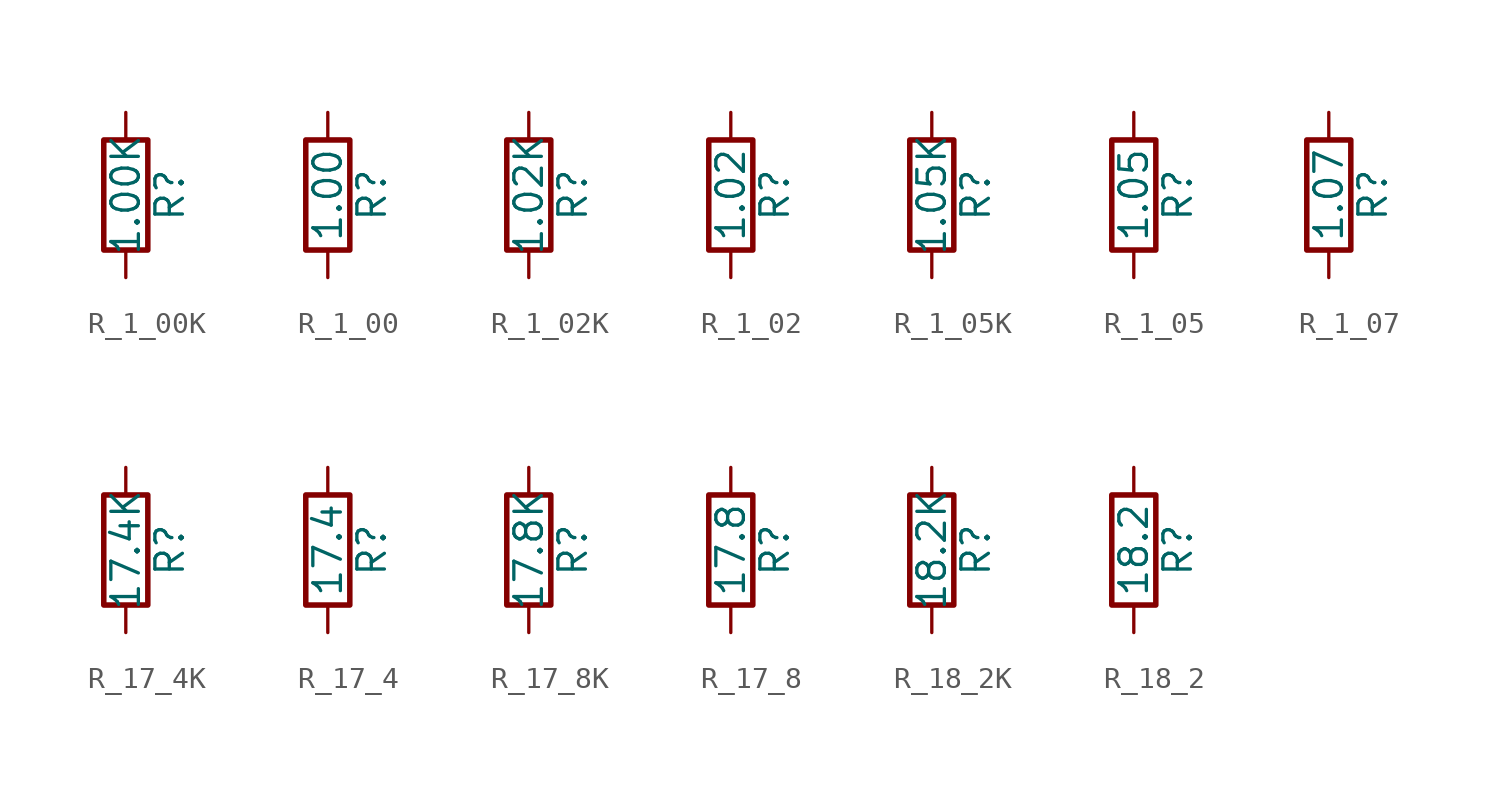
<source format=kicad_sym>
(kicad_symbol_lib
  (version 20211014)
  (generator atlantix-eda)
  (symbol "R_1_00K"
    (pin_numbers hide)
    (pin_names
      (offset 0))
    (property "Reference" "R"
      (at 2.032 0 90)
      (effects (font (size 1.27 1.27))))
    (property "Value" "1.00K"
      (at 0 0 90)
      (effects (font (size 1.27 1.27))))
    (symbol "R_1_00K_0_1"
      (rectangle (start -1.016 -2.54) (end 1.016 2.54) (stroke (width 0.254) (type default) (color 0 0 0 0)) (fill (type none))))
    (symbol "R_1_00K_1_1"
      (pin passive line (at 0 3.81 270) (length 1.27) (name "~" (effects (font (size 1.27 1.27)))) (number "1" (effects (font (size 1.27 1.27)))))
      (pin passive line (at 0 -3.81 90) (length 1.27) (name "~" (effects (font (size 1.27 1.27)))) (number "2" (effects (font (size 1.27 1.27)))))))
  (symbol "R_1_00"
    (pin_numbers hide)
    (pin_names
      (offset 0))
    (property "Reference" "R"
      (at 2.032 0 90)
      (effects (font (size 1.27 1.27))))
    (property "Value" "1.00"
      (at 0 0 90)
      (effects (font (size 1.27 1.27))))
    (symbol "R_1_00_0_1"
      (rectangle (start -1.016 -2.54) (end 1.016 2.54) (stroke (width 0.254) (type default) (color 0 0 0 0)) (fill (type none))))
    (symbol "R_1_00_1_1"
      (pin passive line (at 0 3.81 270) (length 1.27) (name "~" (effects (font (size 1.27 1.27)))) (number "1" (effects (font (size 1.27 1.27)))))
      (pin passive line (at 0 -3.81 90) (length 1.27) (name "~" (effects (font (size 1.27 1.27)))) (number "2" (effects (font (size 1.27 1.27)))))))
  (symbol "R_1_02K"
    (pin_numbers hide)
    (pin_names
      (offset 0))
    (property "Reference" "R"
      (at 2.032 0 90)
      (effects (font (size 1.27 1.27))))
    (property "Value" "1.02K"
      (at 0 0 90)
      (effects (font (size 1.27 1.27))))
    (symbol "R_1_02K_0_1"
      (rectangle (start -1.016 -2.54) (end 1.016 2.54) (stroke (width 0.254) (type default) (color 0 0 0 0)) (fill (type none))))
    (symbol "R_1_02K_1_1"
      (pin passive line (at 0 3.81 270) (length 1.27) (name "~" (effects (font (size 1.27 1.27)))) (number "1" (effects (font (size 1.27 1.27)))))
      (pin passive line (at 0 -3.81 90) (length 1.27) (name "~" (effects (font (size 1.27 1.27)))) (number "2" (effects (font (size 1.27 1.27)))))))
  (symbol "R_1_02"
    (pin_numbers hide)
    (pin_names
      (offset 0))
    (property "Reference" "R"
      (at 2.032 0 90)
      (effects (font (size 1.27 1.27))))
    (property "Value" "1.02"
      (at 0 0 90)
      (effects (font (size 1.27 1.27))))
    (symbol "R_1_02_0_1"
      (rectangle (start -1.016 -2.54) (end 1.016 2.54) (stroke (width 0.254) (type default) (color 0 0 0 0)) (fill (type none))))
    (symbol "R_1_02_1_1"
      (pin passive line (at 0 3.81 270) (length 1.27) (name "~" (effects (font (size 1.27 1.27)))) (number "1" (effects (font (size 1.27 1.27)))))
      (pin passive line (at 0 -3.81 90) (length 1.27) (name "~" (effects (font (size 1.27 1.27)))) (number "2" (effects (font (size 1.27 1.27)))))))
  (symbol "R_1_05K"
    (pin_numbers hide)
    (pin_names
      (offset 0))
    (property "Reference" "R"
      (at 2.032 0 90)
      (effects (font (size 1.27 1.27))))
    (property "Value" "1.05K"
      (at 0 0 90)
      (effects (font (size 1.27 1.27))))
    (symbol "R_1_05K_0_1"
      (rectangle (start -1.016 -2.54) (end 1.016 2.54) (stroke (width 0.254) (type default) (color 0 0 0 0)) (fill (type none))))
    (symbol "R_1_05K_1_1"
      (pin passive line (at 0 3.81 270) (length 1.27) (name "~" (effects (font (size 1.27 1.27)))) (number "1" (effects (font (size 1.27 1.27)))))
      (pin passive line (at 0 -3.81 90) (length 1.27) (name "~" (effects (font (size 1.27 1.27)))) (number "2" (effects (font (size 1.27 1.27)))))))
  (symbol "R_1_05"
    (pin_numbers hide)
    (pin_names
      (offset 0))
    (property "Reference" "R"
      (at 2.032 0 90)
      (effects (font (size 1.27 1.27))))
    (property "Value" "1.05"
      (at 0 0 90)
      (effects (font (size 1.27 1.27))))
    (symbol "R_1_05_0_1"
      (rectangle (start -1.016 -2.54) (end 1.016 2.54) (stroke (width 0.254) (type default) (color 0 0 0 0)) (fill (type none))))
    (symbol "R_1_05_1_1"
      (pin passive line (at 0 3.81 270) (length 1.27) (name "~" (effects (font (size 1.27 1.27)))) (number "1" (effects (font (size 1.27 1.27)))))
      (pin passive line (at 0 -3.81 90) (length 1.27) (name "~" (effects (font (size 1.27 1.27)))) (number "2" (effects (font (size 1.27 1.27)))))))
  (symbol "R_1_07"
    (pin_numbers hide)
    (pin_names
      (offset 0))
    (property "Reference" "R"
      (at 2.032 0 90)
      (effects (font (size 1.27 1.27))))
    (property "Value" "1.07"
      (at 0 0 90)
      (effects (font (size 1.27 1.27))))
    (symbol "R_1_07_0_1"
      (rectangle (start -1.016 -2.54) (end 1.016 2.54) (stroke (width 0.254) (type default) (color 0 0 0 0)) (fill (type none))))
    (symbol "R_1_07_1_1"
      (pin passive line (at 0 3.81 270) (length 1.27) (name "~" (effects (font (size 1.27 1.27)))) (number "1" (effects (font (size 1.27 1.27)))))
      (pin passive line (at 0 -3.81 90) (length 1.27) (name "~" (effects (font (size 1.27 1.27)))) (number "2" (effects (font (size 1.27 1.27)))))))
  (symbol "R_17_4K"
    (pin_numbers hide)
    (pin_names
      (offset 0))
    (property "Reference" "R"
      (at 2.032 0 90)
      (effects (font (size 1.27 1.27))))
    (property "Value" "17.4K"
      (at 0 0 90)
      (effects (font (size 1.27 1.27))))
    (symbol "R_17_4K_0_1"
      (rectangle (start -1.016 -2.54) (end 1.016 2.54) (stroke (width 0.254) (type default) (color 0 0 0 0)) (fill (type none))))
    (symbol "R_17_4K_1_1"
      (pin passive line (at 0 3.81 270) (length 1.27) (name "~" (effects (font (size 1.27 1.27)))) (number "1" (effects (font (size 1.27 1.27)))))
      (pin passive line (at 0 -3.81 90) (length 1.27) (name "~" (effects (font (size 1.27 1.27)))) (number "2" (effects (font (size 1.27 1.27)))))))
  (symbol "R_17_4"
    (pin_numbers hide)
    (pin_names
      (offset 0))
    (property "Reference" "R"
      (at 2.032 0 90)
      (effects (font (size 1.27 1.27))))
    (property "Value" "17.4"
      (at 0 0 90)
      (effects (font (size 1.27 1.27))))
    (symbol "R_17_4_0_1"
      (rectangle (start -1.016 -2.54) (end 1.016 2.54) (stroke (width 0.254) (type default) (color 0 0 0 0)) (fill (type none))))
    (symbol "R_17_4_1_1"
      (pin passive line (at 0 3.81 270) (length 1.27) (name "~" (effects (font (size 1.27 1.27)))) (number "1" (effects (font (size 1.27 1.27)))))
      (pin passive line (at 0 -3.81 90) (length 1.27) (name "~" (effects (font (size 1.27 1.27)))) (number "2" (effects (font (size 1.27 1.27)))))))
  (symbol "R_17_8K"
    (pin_numbers hide)
    (pin_names
      (offset 0))
    (property "Reference" "R"
      (at 2.032 0 90)
      (effects (font (size 1.27 1.27))))
    (property "Value" "17.8K"
      (at 0 0 90)
      (effects (font (size 1.27 1.27))))
    (symbol "R_17_8K_0_1"
      (rectangle (start -1.016 -2.54) (end 1.016 2.54) (stroke (width 0.254) (type default) (color 0 0 0 0)) (fill (type none))))
    (symbol "R_17_8K_1_1"
      (pin passive line (at 0 3.81 270) (length 1.27) (name "~" (effects (font (size 1.27 1.27)))) (number "1" (effects (font (size 1.27 1.27)))))
      (pin passive line (at 0 -3.81 90) (length 1.27) (name "~" (effects (font (size 1.27 1.27)))) (number "2" (effects (font (size 1.27 1.27)))))))
  (symbol "R_17_8"
    (pin_numbers hide)
    (pin_names
      (offset 0))
    (property "Reference" "R"
      (at 2.032 0 90)
      (effects (font (size 1.27 1.27))))
    (property "Value" "17.8"
      (at 0 0 90)
      (effects (font (size 1.27 1.27))))
    (symbol "R_17_8_0_1"
      (rectangle (start -1.016 -2.54) (end 1.016 2.54) (stroke (width 0.254) (type default) (color 0 0 0 0)) (fill (type none))))
    (symbol "R_17_8_1_1"
      (pin passive line (at 0 3.81 270) (length 1.27) (name "~" (effects (font (size 1.27 1.27)))) (number "1" (effects (font (size 1.27 1.27)))))
      (pin passive line (at 0 -3.81 90) (length 1.27) (name "~" (effects (font (size 1.27 1.27)))) (number "2" (effects (font (size 1.27 1.27)))))))
  (symbol "R_18_2K"
    (pin_numbers hide)
    (pin_names
      (offset 0))
    (property "Reference" "R"
      (at 2.032 0 90)
      (effects (font (size 1.27 1.27))))
    (property "Value" "18.2K"
      (at 0 0 90)
      (effects (font (size 1.27 1.27))))
    (symbol "R_18_2K_0_1"
      (rectangle (start -1.016 -2.54) (end 1.016 2.54) (stroke (width 0.254) (type default) (color 0 0 0 0)) (fill (type none))))
    (symbol "R_18_2K_1_1"
      (pin passive line (at 0 3.81 270) (length 1.27) (name "~" (effects (font (size 1.27 1.27)))) (number "1" (effects (font (size 1.27 1.27)))))
      (pin passive line (at 0 -3.81 90) (length 1.27) (name "~" (effects (font (size 1.27 1.27)))) (number "2" (effects (font (size 1.27 1.27)))))))
  (symbol "R_18_2"
    (pin_numbers hide)
    (pin_names
      (offset 0))
    (property "Reference" "R"
      (at 2.032 0 90)
      (effects (font (size 1.27 1.27))))
    (property "Value" "18.2"
      (at 0 0 90)
      (effects (font (size 1.27 1.27))))
    (symbol "R_18_2_0_1"
      (rectangle (start -1.016 -2.54) (end 1.016 2.54) (stroke (width 0.254) (type default) (color 0 0 0 0)) (fill (type none))))
    (symbol "R_18_2_1_1"
      (pin passive line (at 0 3.81 270) (length 1.27) (name "~" (effects (font (size 1.27 1.27)))) (number "1" (effects (font (size 1.27 1.27)))))
      (pin passive line (at 0 -3.81 90) (length 1.27) (name "~" (effects (font (size 1.27 1.27)))) (number "2" (effects (font (size 1.27 1.27))))))))
</source>
